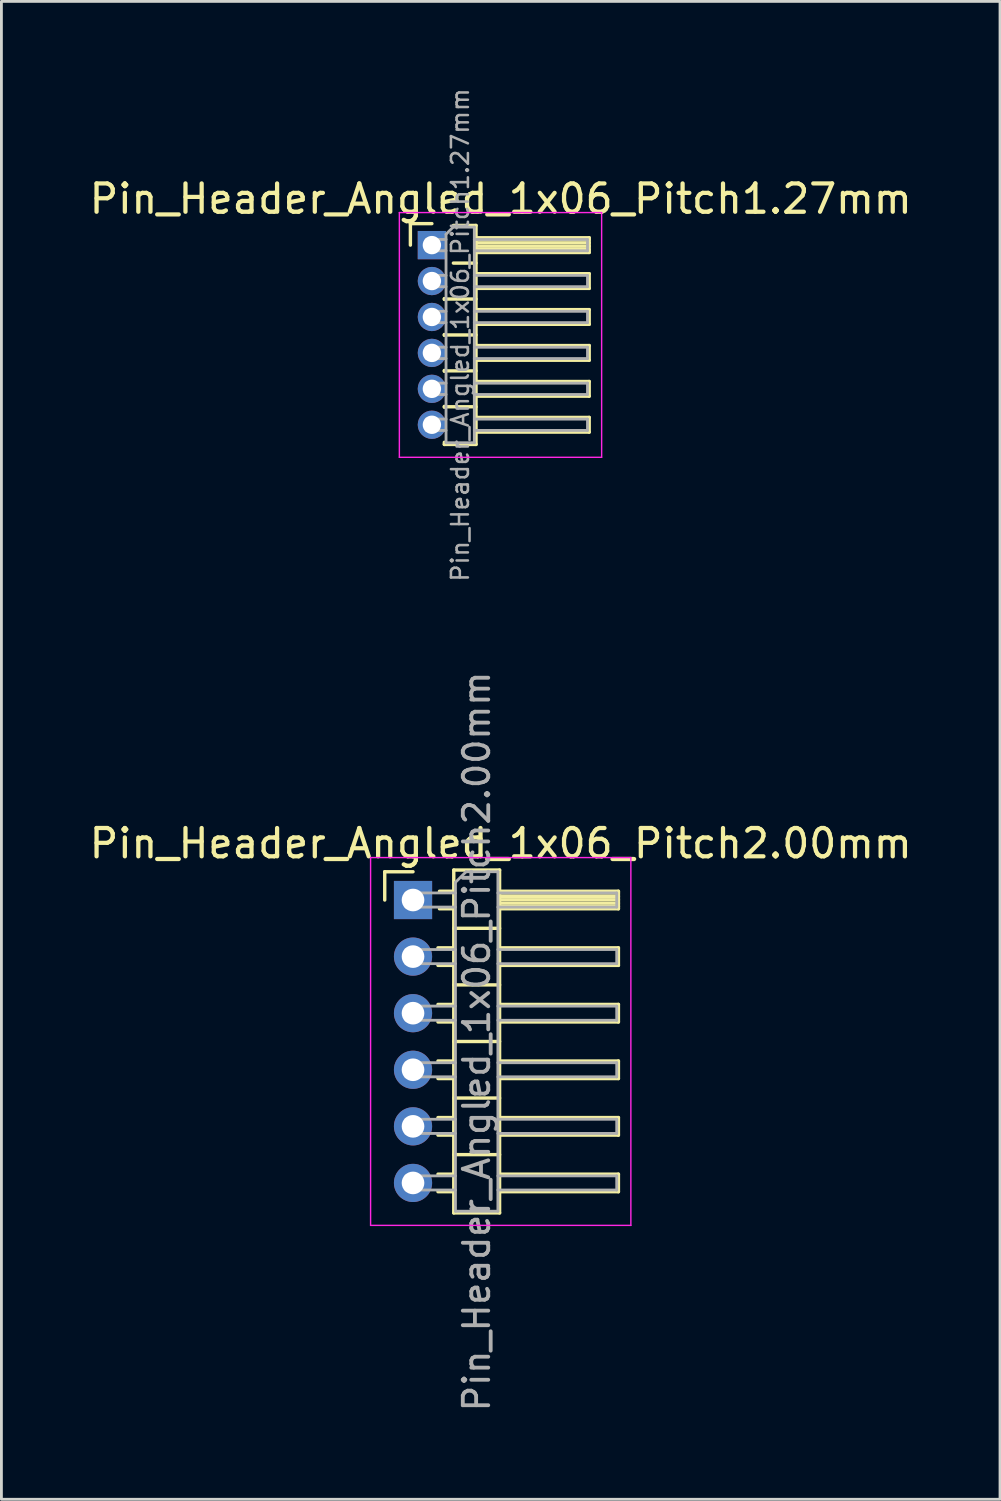
<source format=kicad_pcb>
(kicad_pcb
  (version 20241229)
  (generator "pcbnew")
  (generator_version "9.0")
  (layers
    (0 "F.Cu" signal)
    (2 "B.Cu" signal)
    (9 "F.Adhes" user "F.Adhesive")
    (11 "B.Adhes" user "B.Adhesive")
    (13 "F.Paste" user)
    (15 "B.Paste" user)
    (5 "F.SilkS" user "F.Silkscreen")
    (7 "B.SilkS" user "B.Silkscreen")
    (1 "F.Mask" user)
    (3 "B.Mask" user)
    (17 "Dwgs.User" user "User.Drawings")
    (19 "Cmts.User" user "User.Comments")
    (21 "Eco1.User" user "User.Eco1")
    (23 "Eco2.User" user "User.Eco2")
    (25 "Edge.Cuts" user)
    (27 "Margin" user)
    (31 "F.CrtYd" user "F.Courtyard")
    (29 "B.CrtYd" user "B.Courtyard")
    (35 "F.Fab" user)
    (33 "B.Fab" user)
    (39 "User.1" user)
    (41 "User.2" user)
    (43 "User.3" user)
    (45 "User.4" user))
  (footprint "Pin_Header_Angled_1x06_Pitch2.00mm"
    (layer "F.Cu")
    (at 11.549 28.763)
    (property "Reference" "Pin_Header_Angled_1x06_Pitch2.00mm" (at 3.1 -2 0) (layer "F.SilkS") (effects (font (size 1 1) (thickness 0.15))))
    (attr through_hole)
    (fp_line (start -1 -1) (end 0 -1) (stroke (width 0.12) (type solid)) (layer "F.SilkS"))
    (fp_line (start -1 0) (end -1 -1) (stroke (width 0.12) (type solid)) (layer "F.SilkS"))
    (fp_line (start 0.882 1.69) (end 1.44 1.69) (stroke (width 0.12) (type solid)) (layer "F.SilkS"))
    (fp_line (start 0.882 2.31) (end 1.44 2.31) (stroke (width 0.12) (type solid)) (layer "F.SilkS"))
    (fp_line (start 0.882 3.69) (end 1.44 3.69) (stroke (width 0.12) (type solid)) (layer "F.SilkS"))
    (fp_line (start 0.882 4.31) (end 1.44 4.31) (stroke (width 0.12) (type solid)) (layer "F.SilkS"))
    (fp_line (start 0.882 5.69) (end 1.44 5.69) (stroke (width 0.12) (type solid)) (layer "F.SilkS"))
    (fp_line (start 0.882 6.31) (end 1.44 6.31) (stroke (width 0.12) (type solid)) (layer "F.SilkS"))
    (fp_line (start 0.882 7.69) (end 1.44 7.69) (stroke (width 0.12) (type solid)) (layer "F.SilkS"))
    (fp_line (start 0.882 8.31) (end 1.44 8.31) (stroke (width 0.12) (type solid)) (layer "F.SilkS"))
    (fp_line (start 0.882 9.69) (end 1.44 9.69) (stroke (width 0.12) (type solid)) (layer "F.SilkS"))
    (fp_line (start 0.882 10.31) (end 1.44 10.31) (stroke (width 0.12) (type solid)) (layer "F.SilkS"))
    (fp_line (start 0.935 -0.31) (end 1.44 -0.31) (stroke (width 0.12) (type solid)) (layer "F.SilkS"))
    (fp_line (start 0.935 0.31) (end 1.44 0.31) (stroke (width 0.12) (type solid)) (layer "F.SilkS"))
    (fp_line (start 1.44 -1.06) (end 1.44 11.06) (stroke (width 0.12) (type solid)) (layer "F.SilkS"))
    (fp_line (start 1.44 1) (end 3.06 1) (stroke (width 0.12) (type solid)) (layer "F.SilkS"))
    (fp_line (start 1.44 3) (end 3.06 3) (stroke (width 0.12) (type solid)) (layer "F.SilkS"))
    (fp_line (start 1.44 5) (end 3.06 5) (stroke (width 0.12) (type solid)) (layer "F.SilkS"))
    (fp_line (start 1.44 7) (end 3.06 7) (stroke (width 0.12) (type solid)) (layer "F.SilkS"))
    (fp_line (start 1.44 9) (end 3.06 9) (stroke (width 0.12) (type solid)) (layer "F.SilkS"))
    (fp_line (start 1.44 11.06) (end 3.06 11.06) (stroke (width 0.12) (type solid)) (layer "F.SilkS"))
    (fp_line (start 3.06 -1.06) (end 1.44 -1.06) (stroke (width 0.12) (type solid)) (layer "F.SilkS"))
    (fp_line (start 3.06 -0.31) (end 7.26 -0.31) (stroke (width 0.12) (type solid)) (layer "F.SilkS"))
    (fp_line (start 3.06 -0.25) (end 7.26 -0.25) (stroke (width 0.12) (type solid)) (layer "F.SilkS"))
    (fp_line (start 3.06 -0.13) (end 7.26 -0.13) (stroke (width 0.12) (type solid)) (layer "F.SilkS"))
    (fp_line (start 3.06 -0.01) (end 7.26 -0.01) (stroke (width 0.12) (type solid)) (layer "F.SilkS"))
    (fp_line (start 3.06 0.11) (end 7.26 0.11) (stroke (width 0.12) (type solid)) (layer "F.SilkS"))
    (fp_line (start 3.06 0.23) (end 7.26 0.23) (stroke (width 0.12) (type solid)) (layer "F.SilkS"))
    (fp_line (start 3.06 1.69) (end 7.26 1.69) (stroke (width 0.12) (type solid)) (layer "F.SilkS"))
    (fp_line (start 3.06 3.69) (end 7.26 3.69) (stroke (width 0.12) (type solid)) (layer "F.SilkS"))
    (fp_line (start 3.06 5.69) (end 7.26 5.69) (stroke (width 0.12) (type solid)) (layer "F.SilkS"))
    (fp_line (start 3.06 7.69) (end 7.26 7.69) (stroke (width 0.12) (type solid)) (layer "F.SilkS"))
    (fp_line (start 3.06 9.69) (end 7.26 9.69) (stroke (width 0.12) (type solid)) (layer "F.SilkS"))
    (fp_line (start 3.06 11.06) (end 3.06 -1.06) (stroke (width 0.12) (type solid)) (layer "F.SilkS"))
    (fp_line (start 7.26 -0.31) (end 7.26 0.31) (stroke (width 0.12) (type solid)) (layer "F.SilkS"))
    (fp_line (start 7.26 0.31) (end 3.06 0.31) (stroke (width 0.12) (type solid)) (layer "F.SilkS"))
    (fp_line (start 7.26 1.69) (end 7.26 2.31) (stroke (width 0.12) (type solid)) (layer "F.SilkS"))
    (fp_line (start 7.26 2.31) (end 3.06 2.31) (stroke (width 0.12) (type solid)) (layer "F.SilkS"))
    (fp_line (start 7.26 3.69) (end 7.26 4.31) (stroke (width 0.12) (type solid)) (layer "F.SilkS"))
    (fp_line (start 7.26 4.31) (end 3.06 4.31) (stroke (width 0.12) (type solid)) (layer "F.SilkS"))
    (fp_line (start 7.26 5.69) (end 7.26 6.31) (stroke (width 0.12) (type solid)) (layer "F.SilkS"))
    (fp_line (start 7.26 6.31) (end 3.06 6.31) (stroke (width 0.12) (type solid)) (layer "F.SilkS"))
    (fp_line (start 7.26 7.69) (end 7.26 8.31) (stroke (width 0.12) (type solid)) (layer "F.SilkS"))
    (fp_line (start 7.26 8.31) (end 3.06 8.31) (stroke (width 0.12) (type solid)) (layer "F.SilkS"))
    (fp_line (start 7.26 9.69) (end 7.26 10.31) (stroke (width 0.12) (type solid)) (layer "F.SilkS"))
    (fp_line (start 7.26 10.31) (end 3.06 10.31) (stroke (width 0.12) (type solid)) (layer "F.SilkS"))
    (fp_line (start -1.5 -1.5) (end -1.5 11.5) (stroke (width 0.05) (type solid)) (layer "F.CrtYd"))
    (fp_line (start -1.5 11.5) (end 7.7 11.5) (stroke (width 0.05) (type solid)) (layer "F.CrtYd"))
    (fp_line (start 7.7 -1.5) (end -1.5 -1.5) (stroke (width 0.05) (type solid)) (layer "F.CrtYd"))
    (fp_line (start 7.7 11.5) (end 7.7 -1.5) (stroke (width 0.05) (type solid)) (layer "F.CrtYd"))
    (fp_line (start -0.25 -0.25) (end -0.25 0.25) (stroke (width 0.1) (type solid)) (layer "F.Fab"))
    (fp_line (start -0.25 -0.25) (end 1.5 -0.25) (stroke (width 0.1) (type solid)) (layer "F.Fab"))
    (fp_line (start -0.25 0.25) (end 1.5 0.25) (stroke (width 0.1) (type solid)) (layer "F.Fab"))
    (fp_line (start -0.25 1.75) (end -0.25 2.25) (stroke (width 0.1) (type solid)) (layer "F.Fab"))
    (fp_line (start -0.25 1.75) (end 1.5 1.75) (stroke (width 0.1) (type solid)) (layer "F.Fab"))
    (fp_line (start -0.25 2.25) (end 1.5 2.25) (stroke (width 0.1) (type solid)) (layer "F.Fab"))
    (fp_line (start -0.25 3.75) (end -0.25 4.25) (stroke (width 0.1) (type solid)) (layer "F.Fab"))
    (fp_line (start -0.25 3.75) (end 1.5 3.75) (stroke (width 0.1) (type solid)) (layer "F.Fab"))
    (fp_line (start -0.25 4.25) (end 1.5 4.25) (stroke (width 0.1) (type solid)) (layer "F.Fab"))
    (fp_line (start -0.25 5.75) (end -0.25 6.25) (stroke (width 0.1) (type solid)) (layer "F.Fab"))
    (fp_line (start -0.25 5.75) (end 1.5 5.75) (stroke (width 0.1) (type solid)) (layer "F.Fab"))
    (fp_line (start -0.25 6.25) (end 1.5 6.25) (stroke (width 0.1) (type solid)) (layer "F.Fab"))
    (fp_line (start -0.25 7.75) (end -0.25 8.25) (stroke (width 0.1) (type solid)) (layer "F.Fab"))
    (fp_line (start -0.25 7.75) (end 1.5 7.75) (stroke (width 0.1) (type solid)) (layer "F.Fab"))
    (fp_line (start -0.25 8.25) (end 1.5 8.25) (stroke (width 0.1) (type solid)) (layer "F.Fab"))
    (fp_line (start -0.25 9.75) (end -0.25 10.25) (stroke (width 0.1) (type solid)) (layer "F.Fab"))
    (fp_line (start -0.25 9.75) (end 1.5 9.75) (stroke (width 0.1) (type solid)) (layer "F.Fab"))
    (fp_line (start -0.25 10.25) (end 1.5 10.25) (stroke (width 0.1) (type solid)) (layer "F.Fab"))
    (fp_line (start 1.5 -0.625) (end 1.875 -1) (stroke (width 0.1) (type solid)) (layer "F.Fab"))
    (fp_line (start 1.5 11) (end 1.5 -0.625) (stroke (width 0.1) (type solid)) (layer "F.Fab"))
    (fp_line (start 1.875 -1) (end 3 -1) (stroke (width 0.1) (type solid)) (layer "F.Fab"))
    (fp_line (start 3 -1) (end 3 11) (stroke (width 0.1) (type solid)) (layer "F.Fab"))
    (fp_line (start 3 -0.25) (end 7.2 -0.25) (stroke (width 0.1) (type solid)) (layer "F.Fab"))
    (fp_line (start 3 0.25) (end 7.2 0.25) (stroke (width 0.1) (type solid)) (layer "F.Fab"))
    (fp_line (start 3 1.75) (end 7.2 1.75) (stroke (width 0.1) (type solid)) (layer "F.Fab"))
    (fp_line (start 3 2.25) (end 7.2 2.25) (stroke (width 0.1) (type solid)) (layer "F.Fab"))
    (fp_line (start 3 3.75) (end 7.2 3.75) (stroke (width 0.1) (type solid)) (layer "F.Fab"))
    (fp_line (start 3 4.25) (end 7.2 4.25) (stroke (width 0.1) (type solid)) (layer "F.Fab"))
    (fp_line (start 3 5.75) (end 7.2 5.75) (stroke (width 0.1) (type solid)) (layer "F.Fab"))
    (fp_line (start 3 6.25) (end 7.2 6.25) (stroke (width 0.1) (type solid)) (layer "F.Fab"))
    (fp_line (start 3 7.75) (end 7.2 7.75) (stroke (width 0.1) (type solid)) (layer "F.Fab"))
    (fp_line (start 3 8.25) (end 7.2 8.25) (stroke (width 0.1) (type solid)) (layer "F.Fab"))
    (fp_line (start 3 9.75) (end 7.2 9.75) (stroke (width 0.1) (type solid)) (layer "F.Fab"))
    (fp_line (start 3 10.25) (end 7.2 10.25) (stroke (width 0.1) (type solid)) (layer "F.Fab"))
    (fp_line (start 3 11) (end 1.5 11) (stroke (width 0.1) (type solid)) (layer "F.Fab"))
    (fp_line (start 7.2 -0.25) (end 7.2 0.25) (stroke (width 0.1) (type solid)) (layer "F.Fab"))
    (fp_line (start 7.2 1.75) (end 7.2 2.25) (stroke (width 0.1) (type solid)) (layer "F.Fab"))
    (fp_line (start 7.2 3.75) (end 7.2 4.25) (stroke (width 0.1) (type solid)) (layer "F.Fab"))
    (fp_line (start 7.2 5.75) (end 7.2 6.25) (stroke (width 0.1) (type solid)) (layer "F.Fab"))
    (fp_line (start 7.2 7.75) (end 7.2 8.25) (stroke (width 0.1) (type solid)) (layer "F.Fab"))
    (fp_line (start 7.2 9.75) (end 7.2 10.25) (stroke (width 0.1) (type solid)) (layer "F.Fab"))
    (fp_text user "${REFERENCE}" (at 2.25 5 90) (layer "F.Fab") (effects (font (size 0.9 0.9) (thickness 0.135))))
    (pad "1" thru_hole rect (at 0 0) (size 1.35 1.35) (drill 0.8) (layers "*.Cu" "*.Mask"))
    (pad "2" thru_hole oval (at 0 2) (size 1.35 1.35) (drill 0.8) (layers "*.Cu" "*.Mask"))
    (pad "3" thru_hole oval (at 0 4) (size 1.35 1.35) (drill 0.8) (layers "*.Cu" "*.Mask"))
    (pad "4" thru_hole oval (at 0 6) (size 1.35 1.35) (drill 0.8) (layers "*.Cu" "*.Mask"))
    (pad "5" thru_hole oval (at 0 8) (size 1.35 1.35) (drill 0.8) (layers "*.Cu" "*.Mask"))
    (pad "6" thru_hole oval (at 0 10) (size 1.35 1.35) (drill 0.8) (layers "*.Cu" "*.Mask")))
  (footprint "Pin_Header_Angled_1x06_Pitch1.27mm"
    (layer "F.Cu")
    (at 12.216 5.614)
    (property "Reference" "Pin_Header_Angled_1x06_Pitch1.27mm" (at 2.433 -1.635 0) (layer "F.SilkS") (effects (font (size 1 1) (thickness 0.15))))
    (attr through_hole)
    (fp_line (start -0.76 -0.76) (end 0 -0.76) (stroke (width 0.12) (type solid)) (layer "F.SilkS"))
    (fp_line (start -0.76 0) (end -0.76 -0.76) (stroke (width 0.12) (type solid)) (layer "F.SilkS"))
    (fp_line (start 0.44 1.89) (end 0.44 1.92) (stroke (width 0.12) (type solid)) (layer "F.SilkS"))
    (fp_line (start 0.44 1.905) (end 1.56 1.905) (stroke (width 0.12) (type solid)) (layer "F.SilkS"))
    (fp_line (start 0.44 3.16) (end 0.44 3.19) (stroke (width 0.12) (type solid)) (layer "F.SilkS"))
    (fp_line (start 0.44 3.175) (end 1.56 3.175) (stroke (width 0.12) (type solid)) (layer "F.SilkS"))
    (fp_line (start 0.44 4.43) (end 0.44 4.46) (stroke (width 0.12) (type solid)) (layer "F.SilkS"))
    (fp_line (start 0.44 4.445) (end 1.56 4.445) (stroke (width 0.12) (type solid)) (layer "F.SilkS"))
    (fp_line (start 0.44 5.7) (end 0.44 5.73) (stroke (width 0.12) (type solid)) (layer "F.SilkS"))
    (fp_line (start 0.44 5.715) (end 1.56 5.715) (stroke (width 0.12) (type solid)) (layer "F.SilkS"))
    (fp_line (start 0.44 7.045) (end 0.44 6.97) (stroke (width 0.12) (type solid)) (layer "F.SilkS"))
    (fp_line (start 0.76 -0.695) (end 1.56 -0.695) (stroke (width 0.12) (type solid)) (layer "F.SilkS"))
    (fp_line (start 0.76 0.635) (end 1.56 0.635) (stroke (width 0.12) (type solid)) (layer "F.SilkS"))
    (fp_line (start 1.56 -0.695) (end 1.56 7.045) (stroke (width 0.12) (type solid)) (layer "F.SilkS"))
    (fp_line (start 1.56 -0.26) (end 5.56 -0.26) (stroke (width 0.12) (type solid)) (layer "F.SilkS"))
    (fp_line (start 1.56 -0.2) (end 5.56 -0.2) (stroke (width 0.12) (type solid)) (layer "F.SilkS"))
    (fp_line (start 1.56 -0.08) (end 5.56 -0.08) (stroke (width 0.12) (type solid)) (layer "F.SilkS"))
    (fp_line (start 1.56 0.04) (end 5.56 0.04) (stroke (width 0.12) (type solid)) (layer "F.SilkS"))
    (fp_line (start 1.56 0.16) (end 5.56 0.16) (stroke (width 0.12) (type solid)) (layer "F.SilkS"))
    (fp_line (start 1.56 1.01) (end 5.56 1.01) (stroke (width 0.12) (type solid)) (layer "F.SilkS"))
    (fp_line (start 1.56 2.28) (end 5.56 2.28) (stroke (width 0.12) (type solid)) (layer "F.SilkS"))
    (fp_line (start 1.56 3.55) (end 5.56 3.55) (stroke (width 0.12) (type solid)) (layer "F.SilkS"))
    (fp_line (start 1.56 4.82) (end 5.56 4.82) (stroke (width 0.12) (type solid)) (layer "F.SilkS"))
    (fp_line (start 1.56 6.09) (end 5.56 6.09) (stroke (width 0.12) (type solid)) (layer "F.SilkS"))
    (fp_line (start 1.56 7.045) (end 0.44 7.045) (stroke (width 0.12) (type solid)) (layer "F.SilkS"))
    (fp_line (start 5.56 -0.26) (end 5.56 0.26) (stroke (width 0.12) (type solid)) (layer "F.SilkS"))
    (fp_line (start 5.56 0.26) (end 1.56 0.26) (stroke (width 0.12) (type solid)) (layer "F.SilkS"))
    (fp_line (start 5.56 1.01) (end 5.56 1.53) (stroke (width 0.12) (type solid)) (layer "F.SilkS"))
    (fp_line (start 5.56 1.53) (end 1.56 1.53) (stroke (width 0.12) (type solid)) (layer "F.SilkS"))
    (fp_line (start 5.56 2.28) (end 5.56 2.8) (stroke (width 0.12) (type solid)) (layer "F.SilkS"))
    (fp_line (start 5.56 2.8) (end 1.56 2.8) (stroke (width 0.12) (type solid)) (layer "F.SilkS"))
    (fp_line (start 5.56 3.55) (end 5.56 4.07) (stroke (width 0.12) (type solid)) (layer "F.SilkS"))
    (fp_line (start 5.56 4.07) (end 1.56 4.07) (stroke (width 0.12) (type solid)) (layer "F.SilkS"))
    (fp_line (start 5.56 4.82) (end 5.56 5.34) (stroke (width 0.12) (type solid)) (layer "F.SilkS"))
    (fp_line (start 5.56 5.34) (end 1.56 5.34) (stroke (width 0.12) (type solid)) (layer "F.SilkS"))
    (fp_line (start 5.56 6.09) (end 5.56 6.61) (stroke (width 0.12) (type solid)) (layer "F.SilkS"))
    (fp_line (start 5.56 6.61) (end 1.56 6.61) (stroke (width 0.12) (type solid)) (layer "F.SilkS"))
    (fp_line (start -1.15 -1.15) (end -1.15 7.5) (stroke (width 0.05) (type solid)) (layer "F.CrtYd"))
    (fp_line (start -1.15 7.5) (end 6 7.5) (stroke (width 0.05) (type solid)) (layer "F.CrtYd"))
    (fp_line (start 6 -1.15) (end -1.15 -1.15) (stroke (width 0.05) (type solid)) (layer "F.CrtYd"))
    (fp_line (start 6 7.5) (end 6 -1.15) (stroke (width 0.05) (type solid)) (layer "F.CrtYd"))
    (fp_line (start -0.2 -0.2) (end -0.2 0.2) (stroke (width 0.1) (type solid)) (layer "F.Fab"))
    (fp_line (start -0.2 -0.2) (end 0.5 -0.2) (stroke (width 0.1) (type solid)) (layer "F.Fab"))
    (fp_line (start -0.2 0.2) (end 0.5 0.2) (stroke (width 0.1) (type solid)) (layer "F.Fab"))
    (fp_line (start -0.2 1.07) (end -0.2 1.47) (stroke (width 0.1) (type solid)) (layer "F.Fab"))
    (fp_line (start -0.2 1.07) (end 0.5 1.07) (stroke (width 0.1) (type solid)) (layer "F.Fab"))
    (fp_line (start -0.2 1.47) (end 0.5 1.47) (stroke (width 0.1) (type solid)) (layer "F.Fab"))
    (fp_line (start -0.2 2.34) (end -0.2 2.74) (stroke (width 0.1) (type solid)) (layer "F.Fab"))
    (fp_line (start -0.2 2.34) (end 0.5 2.34) (stroke (width 0.1) (type solid)) (layer "F.Fab"))
    (fp_line (start -0.2 2.74) (end 0.5 2.74) (stroke (width 0.1) (type solid)) (layer "F.Fab"))
    (fp_line (start -0.2 3.61) (end -0.2 4.01) (stroke (width 0.1) (type solid)) (layer "F.Fab"))
    (fp_line (start -0.2 3.61) (end 0.5 3.61) (stroke (width 0.1) (type solid)) (layer "F.Fab"))
    (fp_line (start -0.2 4.01) (end 0.5 4.01) (stroke (width 0.1) (type solid)) (layer "F.Fab"))
    (fp_line (start -0.2 4.88) (end -0.2 5.28) (stroke (width 0.1) (type solid)) (layer "F.Fab"))
    (fp_line (start -0.2 4.88) (end 0.5 4.88) (stroke (width 0.1) (type solid)) (layer "F.Fab"))
    (fp_line (start -0.2 5.28) (end 0.5 5.28) (stroke (width 0.1) (type solid)) (layer "F.Fab"))
    (fp_line (start -0.2 6.15) (end -0.2 6.55) (stroke (width 0.1) (type solid)) (layer "F.Fab"))
    (fp_line (start -0.2 6.15) (end 0.5 6.15) (stroke (width 0.1) (type solid)) (layer "F.Fab"))
    (fp_line (start -0.2 6.55) (end 0.5 6.55) (stroke (width 0.1) (type solid)) (layer "F.Fab"))
    (fp_line (start 0.5 -0.385) (end 0.75 -0.635) (stroke (width 0.1) (type solid)) (layer "F.Fab"))
    (fp_line (start 0.5 6.985) (end 0.5 -0.385) (stroke (width 0.1) (type solid)) (layer "F.Fab"))
    (fp_line (start 0.75 -0.635) (end 1.5 -0.635) (stroke (width 0.1) (type solid)) (layer "F.Fab"))
    (fp_line (start 1.5 -0.635) (end 1.5 6.985) (stroke (width 0.1) (type solid)) (layer "F.Fab"))
    (fp_line (start 1.5 -0.2) (end 5.5 -0.2) (stroke (width 0.1) (type solid)) (layer "F.Fab"))
    (fp_line (start 1.5 0.2) (end 5.5 0.2) (stroke (width 0.1) (type solid)) (layer "F.Fab"))
    (fp_line (start 1.5 1.07) (end 5.5 1.07) (stroke (width 0.1) (type solid)) (layer "F.Fab"))
    (fp_line (start 1.5 1.47) (end 5.5 1.47) (stroke (width 0.1) (type solid)) (layer "F.Fab"))
    (fp_line (start 1.5 2.34) (end 5.5 2.34) (stroke (width 0.1) (type solid)) (layer "F.Fab"))
    (fp_line (start 1.5 2.74) (end 5.5 2.74) (stroke (width 0.1) (type solid)) (layer "F.Fab"))
    (fp_line (start 1.5 3.61) (end 5.5 3.61) (stroke (width 0.1) (type solid)) (layer "F.Fab"))
    (fp_line (start 1.5 4.01) (end 5.5 4.01) (stroke (width 0.1) (type solid)) (layer "F.Fab"))
    (fp_line (start 1.5 4.88) (end 5.5 4.88) (stroke (width 0.1) (type solid)) (layer "F.Fab"))
    (fp_line (start 1.5 5.28) (end 5.5 5.28) (stroke (width 0.1) (type solid)) (layer "F.Fab"))
    (fp_line (start 1.5 6.15) (end 5.5 6.15) (stroke (width 0.1) (type solid)) (layer "F.Fab"))
    (fp_line (start 1.5 6.55) (end 5.5 6.55) (stroke (width 0.1) (type solid)) (layer "F.Fab"))
    (fp_line (start 1.5 6.985) (end 0.5 6.985) (stroke (width 0.1) (type solid)) (layer "F.Fab"))
    (fp_line (start 5.5 -0.2) (end 5.5 0.2) (stroke (width 0.1) (type solid)) (layer "F.Fab"))
    (fp_line (start 5.5 1.07) (end 5.5 1.47) (stroke (width 0.1) (type solid)) (layer "F.Fab"))
    (fp_line (start 5.5 2.34) (end 5.5 2.74) (stroke (width 0.1) (type solid)) (layer "F.Fab"))
    (fp_line (start 5.5 3.61) (end 5.5 4.01) (stroke (width 0.1) (type solid)) (layer "F.Fab"))
    (fp_line (start 5.5 4.88) (end 5.5 5.28) (stroke (width 0.1) (type solid)) (layer "F.Fab"))
    (fp_line (start 5.5 6.15) (end 5.5 6.55) (stroke (width 0.1) (type solid)) (layer "F.Fab"))
    (fp_text user "${REFERENCE}" (at 1 3.175 90) (layer "F.Fab") (effects (font (size 0.6 0.6) (thickness 0.09))))
    (pad "1" thru_hole rect (at 0 0) (size 1 1) (drill 0.65) (layers "*.Cu" "*.Mask"))
    (pad "2" thru_hole oval (at 0 1.27) (size 1 1) (drill 0.65) (layers "*.Cu" "*.Mask"))
    (pad "3" thru_hole oval (at 0 2.54) (size 1 1) (drill 0.65) (layers "*.Cu" "*.Mask"))
    (pad "4" thru_hole oval (at 0 3.81) (size 1 1) (drill 0.65) (layers "*.Cu" "*.Mask"))
    (pad "5" thru_hole oval (at 0 5.08) (size 1 1) (drill 0.65) (layers "*.Cu" "*.Mask"))
    (pad "6" thru_hole oval (at 0 6.35) (size 1 1) (drill 0.65) (layers "*.Cu" "*.Mask")))
  (gr_rect
    (start -3 -3)
    (end 32.298 49.946)
    (stroke (width 0.1) (type default))
    (fill no)
    (layer "Edge.Cuts")))
</source>
